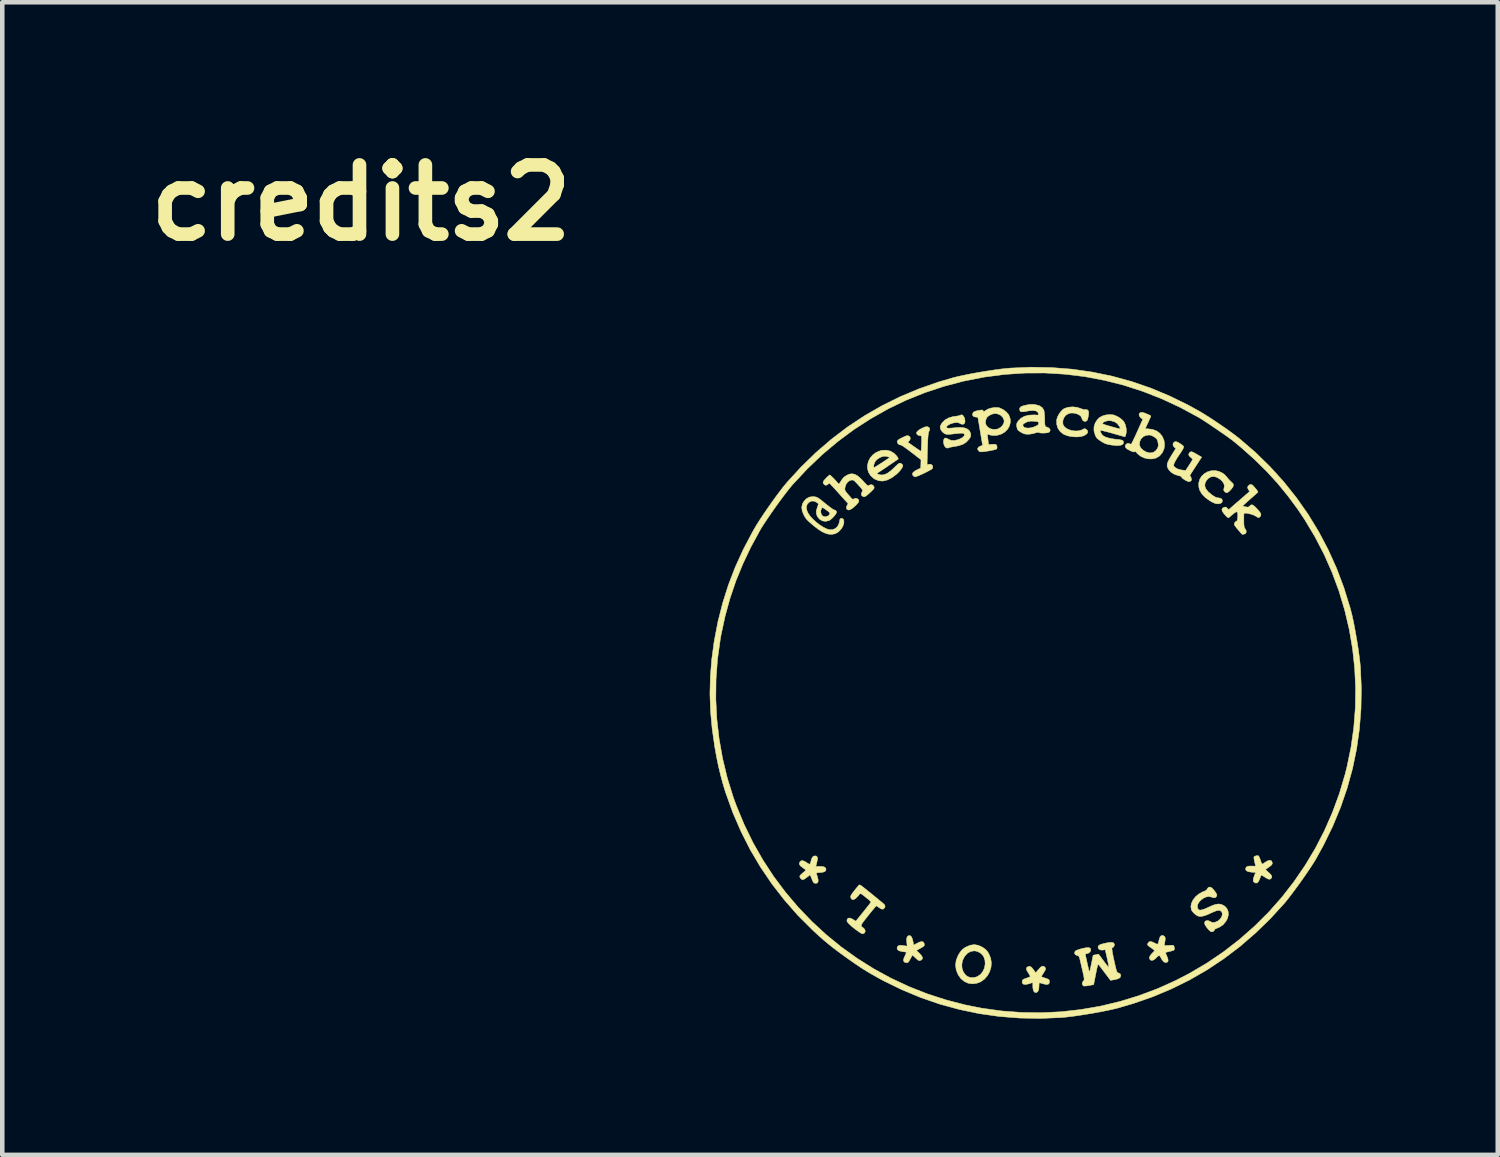
<source format=kicad_pcb>
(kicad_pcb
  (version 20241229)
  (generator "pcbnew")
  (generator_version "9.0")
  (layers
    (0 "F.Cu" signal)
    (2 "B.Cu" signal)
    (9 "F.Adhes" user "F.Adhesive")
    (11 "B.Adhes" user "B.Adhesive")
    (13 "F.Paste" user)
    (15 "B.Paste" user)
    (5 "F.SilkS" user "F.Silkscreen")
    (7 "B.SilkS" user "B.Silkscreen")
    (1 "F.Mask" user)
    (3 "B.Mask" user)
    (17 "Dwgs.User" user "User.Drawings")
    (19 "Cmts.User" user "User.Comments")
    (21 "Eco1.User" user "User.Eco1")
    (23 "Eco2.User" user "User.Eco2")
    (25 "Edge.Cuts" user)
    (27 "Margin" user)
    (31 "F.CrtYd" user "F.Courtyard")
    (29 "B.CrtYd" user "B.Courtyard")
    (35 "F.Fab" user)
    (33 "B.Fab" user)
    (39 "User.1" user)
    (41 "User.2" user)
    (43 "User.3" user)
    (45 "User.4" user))
  (footprint "credits2"
    (layer "F.Cu")
    (at 19.765 12.213)
    (property "Reference" "credits2" (at -14.859 -10.795 0) (layer "F.SilkS") (effects (font (size 1.524 1.524) (thickness 0.3))))
    (attr through_hole)
    (fp_poly (pts (xy -1.649 6.293) (xy -1.709 6.207) (xy -1.75 6.104) (xy -1.764 5.998) (xy -1.75 5.892) (xy -1.708 5.786) (xy -1.675 5.731) (xy -1.638 5.68) (xy -1.601 5.644) (xy -1.555 5.612) (xy -1.534 5.6) (xy -1.44 5.56) (xy -1.349 5.547) (xy -1.259 5.563) (xy -1.167 5.607) (xy -1.151 5.618) (xy -1.101 5.655) (xy -1.064 5.695) (xy -1.03 5.75) (xy -1.029 5.752) (xy -0.99 5.847) (xy -0.975 5.947) (xy -0.983 6.047) (xy -1.013 6.144) (xy -1.051 6.214) (xy -1.163 6.139) (xy -1.128 6.062) (xy -1.112 5.979) (xy -1.116 5.896) (xy -1.141 5.819) (xy -1.169 5.776) (xy -1.218 5.731) (xy -1.279 5.699) (xy -1.34 5.685) (xy -1.352 5.684) (xy -1.431 5.698) (xy -1.499 5.735) (xy -1.558 5.799) (xy -1.568 5.813) (xy -1.609 5.895) (xy -1.626 5.982) (xy -1.621 6.067) (xy -1.594 6.145) (xy -1.547 6.212) (xy -1.504 6.247) (xy -1.447 6.27) (xy -1.379 6.275) (xy -1.31 6.261) (xy -1.284 6.251) (xy -1.215 6.204) (xy -1.163 6.139) (xy -1.051 6.214) (xy -1.061 6.231) (xy -1.126 6.306) (xy -1.207 6.364) (xy -1.293 6.398) (xy -1.393 6.411) (xy -1.488 6.397) (xy -1.574 6.357) (xy -1.649 6.293)) (stroke (width 0.01) (type solid)) (fill yes) (layer "F.SilkS"))
    (fp_poly (pts (xy 3.732 -4.308) (xy 3.66 -4.384) (xy 3.614 -4.465) (xy 3.596 -4.531) (xy 3.593 -4.62) (xy 3.614 -4.7) (xy 3.655 -4.77) (xy 3.713 -4.826) (xy 3.783 -4.867) (xy 3.862 -4.891) (xy 3.946 -4.897) (xy 4.032 -4.881) (xy 4.115 -4.842) (xy 4.14 -4.825) (xy 4.175 -4.794) (xy 4.214 -4.752) (xy 4.228 -4.734) (xy 4.264 -4.692) (xy 4.302 -4.654) (xy 4.316 -4.642) (xy 4.35 -4.608) (xy 4.359 -4.573) (xy 4.345 -4.533) (xy 4.307 -4.483) (xy 4.263 -4.438) (xy 4.231 -4.413) (xy 4.204 -4.408) (xy 4.179 -4.419) (xy 4.169 -4.428) (xy 4.147 -4.453) (xy 4.144 -4.482) (xy 4.15 -4.506) (xy 4.159 -4.564) (xy 4.143 -4.617) (xy 4.103 -4.67) (xy 4.068 -4.701) (xy 3.996 -4.747) (xy 3.926 -4.766) (xy 3.861 -4.757) (xy 3.802 -4.722) (xy 3.762 -4.676) (xy 3.732 -4.615) (xy 3.728 -4.553) (xy 3.752 -4.491) (xy 3.804 -4.427) (xy 3.883 -4.361) (xy 3.884 -4.36) (xy 3.935 -4.326) (xy 3.975 -4.306) (xy 4.012 -4.296) (xy 4.03 -4.295) (xy 4.081 -4.284) (xy 4.108 -4.26) (xy 4.114 -4.221) (xy 4.113 -4.218) (xy 4.101 -4.19) (xy 4.071 -4.172) (xy 4.018 -4.162) (xy 3.958 -4.171) (xy 3.887 -4.202) (xy 3.832 -4.235) (xy 3.732 -4.308)) (stroke (width 0.01) (type solid)) (fill yes) (layer "F.SilkS"))
    (fp_poly (pts (xy -2.91 5.907) (xy -2.908 5.864) (xy -2.898 5.839) (xy -2.872 5.78) (xy -2.856 5.742) (xy -2.849 5.722) (xy -2.85 5.715) (xy -2.866 5.711) (xy -2.901 5.706) (xy -2.935 5.701) (xy -3.001 5.686) (xy -3.04 5.662) (xy -3.053 5.629) (xy -3.049 5.606) (xy -3.032 5.578) (xy -3.004 5.564) (xy -2.959 5.563) (xy -2.91 5.569) (xy -2.868 5.576) (xy -2.839 5.578) (xy -2.832 5.577) (xy -2.832 5.562) (xy -2.835 5.527) (xy -2.84 5.488) (xy -2.842 5.419) (xy -2.829 5.373) (xy -2.801 5.35) (xy -2.793 5.348) (xy -2.759 5.352) (xy -2.732 5.379) (xy -2.712 5.432) (xy -2.704 5.466) (xy -2.685 5.558) (xy -2.625 5.524) (xy -2.558 5.491) (xy -2.509 5.48) (xy -2.476 5.489) (xy -2.456 5.52) (xy -2.453 5.532) (xy -2.451 5.554) (xy -2.456 5.572) (xy -2.474 5.589) (xy -2.51 5.611) (xy -2.544 5.631) (xy -2.625 5.676) (xy -2.562 5.736) (xy -2.514 5.789) (xy -2.492 5.831) (xy -2.495 5.863) (xy -2.523 5.888) (xy -2.542 5.896) (xy -2.561 5.9) (xy -2.579 5.896) (xy -2.604 5.878) (xy -2.642 5.844) (xy -2.644 5.842) (xy -2.715 5.777) (xy -2.761 5.862) (xy -2.786 5.907) (xy -2.804 5.932) (xy -2.82 5.943) (xy -2.841 5.946) (xy -2.848 5.946) (xy -2.889 5.935) (xy -2.91 5.907)) (stroke (width 0.01) (type solid)) (fill yes) (layer "F.SilkS"))
    (fp_poly (pts (xy 0.542 -5.755) (xy 0.491 -5.827) (xy 0.465 -5.913) (xy 0.463 -6.008) (xy 0.464 -6.016) (xy 0.481 -6.075) (xy 0.514 -6.139) (xy 0.558 -6.199) (xy 0.604 -6.246) (xy 0.633 -6.264) (xy 0.716 -6.291) (xy 0.811 -6.3) (xy 0.907 -6.291) (xy 0.995 -6.263) (xy 1.004 -6.259) (xy 1.046 -6.244) (xy 1.084 -6.24) (xy 1.09 -6.241) (xy 1.133 -6.239) (xy 1.16 -6.215) (xy 1.168 -6.188) (xy 1.167 -6.146) (xy 1.161 -6.095) (xy 1.151 -6.046) (xy 1.14 -6.01) (xy 1.135 -6.002) (xy 1.106 -5.98) (xy 1.072 -5.98) (xy 1.041 -5.999) (xy 1.022 -6.034) (xy 1.019 -6.046) (xy 1.002 -6.087) (xy 0.962 -6.121) (xy 0.908 -6.147) (xy 0.845 -6.162) (xy 0.781 -6.164) (xy 0.726 -6.152) (xy 0.667 -6.116) (xy 0.623 -6.061) (xy 0.6 -5.994) (xy 0.601 -5.923) (xy 0.601 -5.919) (xy 0.625 -5.871) (xy 0.67 -5.83) (xy 0.731 -5.798) (xy 0.802 -5.777) (xy 0.877 -5.768) (xy 0.95 -5.772) (xy 1.016 -5.792) (xy 1.036 -5.802) (xy 1.071 -5.819) (xy 1.098 -5.815) (xy 1.113 -5.806) (xy 1.145 -5.773) (xy 1.149 -5.738) (xy 1.126 -5.704) (xy 1.076 -5.671) (xy 1.06 -5.663) (xy 0.99 -5.644) (xy 0.905 -5.637) (xy 0.812 -5.642) (xy 0.721 -5.658) (xy 0.642 -5.685) (xy 0.615 -5.698) (xy 0.542 -5.755)) (stroke (width 0.01) (type solid)) (fill yes) (layer "F.SilkS"))
    (fp_poly (pts (xy 4.797 4.156) (xy 4.792 4.126) (xy 4.795 4.106) (xy 4.808 4.058) (xy 4.825 4.009) (xy 4.826 4.007) (xy 4.847 3.958) (xy 4.762 3.952) (xy 4.691 3.941) (xy 4.645 3.921) (xy 4.625 3.892) (xy 4.632 3.855) (xy 4.641 3.841) (xy 4.661 3.825) (xy 4.697 3.817) (xy 4.753 3.816) (xy 4.847 3.818) (xy 4.824 3.723) (xy 4.814 3.674) (xy 4.809 3.635) (xy 4.809 3.616) (xy 4.809 3.616) (xy 4.833 3.598) (xy 4.868 3.588) (xy 4.9 3.587) (xy 4.909 3.591) (xy 4.923 3.611) (xy 4.94 3.649) (xy 4.954 3.69) (xy 4.969 3.734) (xy 4.984 3.763) (xy 4.994 3.772) (xy 5.013 3.763) (xy 5.046 3.741) (xy 5.067 3.727) (xy 5.122 3.696) (xy 5.166 3.688) (xy 5.197 3.703) (xy 5.212 3.737) (xy 5.214 3.763) (xy 5.204 3.785) (xy 5.179 3.81) (xy 5.134 3.843) (xy 5.133 3.844) (xy 5.097 3.869) (xy 5.073 3.887) (xy 5.066 3.892) (xy 5.074 3.903) (xy 5.098 3.926) (xy 5.125 3.95) (xy 5.172 3.994) (xy 5.198 4.028) (xy 5.205 4.055) (xy 5.195 4.079) (xy 5.173 4.102) (xy 5.145 4.108) (xy 5.107 4.095) (xy 5.054 4.064) (xy 5.05 4.061) (xy 5.007 4.033) (xy 4.982 4.02) (xy 4.969 4.02) (xy 4.962 4.031) (xy 4.962 4.031) (xy 4.934 4.109) (xy 4.907 4.161) (xy 4.878 4.188) (xy 4.847 4.191) (xy 4.82 4.178) (xy 4.797 4.156)) (stroke (width 0.01) (type solid)) (fill yes) (layer "F.SilkS"))
    (fp_poly (pts (xy -0.049 6.561) (xy -0.06 6.504) (xy -0.062 6.472) (xy -0.062 6.426) (xy -0.063 6.395) (xy -0.065 6.384) (xy -0.078 6.387) (xy -0.111 6.398) (xy -0.151 6.411) (xy -0.214 6.425) (xy -0.261 6.422) (xy -0.29 6.402) (xy -0.297 6.366) (xy -0.297 6.365) (xy -0.292 6.338) (xy -0.281 6.321) (xy -0.257 6.306) (xy -0.213 6.29) (xy -0.202 6.286) (xy -0.159 6.271) (xy -0.128 6.257) (xy -0.119 6.251) (xy -0.123 6.235) (xy -0.14 6.204) (xy -0.163 6.168) (xy -0.195 6.114) (xy -0.204 6.074) (xy -0.191 6.046) (xy -0.162 6.03) (xy -0.132 6.025) (xy -0.104 6.036) (xy -0.073 6.067) (xy -0.041 6.108) (xy 0.002 6.169) (xy 0.064 6.094) (xy 0.103 6.051) (xy 0.131 6.028) (xy 0.153 6.022) (xy 0.156 6.022) (xy 0.189 6.029) (xy 0.208 6.049) (xy 0.216 6.064) (xy 0.22 6.083) (xy 0.212 6.108) (xy 0.19 6.146) (xy 0.173 6.172) (xy 0.144 6.218) (xy 0.131 6.246) (xy 0.133 6.258) (xy 0.135 6.259) (xy 0.158 6.266) (xy 0.198 6.28) (xy 0.227 6.29) (xy 0.269 6.306) (xy 0.292 6.319) (xy 0.301 6.335) (xy 0.304 6.358) (xy 0.299 6.399) (xy 0.275 6.422) (xy 0.231 6.425) (xy 0.172 6.412) (xy 0.128 6.399) (xy 0.095 6.39) (xy 0.082 6.388) (xy 0.078 6.402) (xy 0.075 6.436) (xy 0.075 6.467) (xy 0.068 6.535) (xy 0.049 6.581) (xy 0.018 6.603) (xy 0.009 6.604) (xy -0.025 6.595) (xy -0.049 6.561)) (stroke (width 0.01) (type solid)) (fill yes) (layer "F.SilkS"))
    (fp_poly (pts (xy -5.185 4.079) (xy -5.195 4.055) (xy -5.195 4.041) (xy -5.19 4.027) (xy -5.175 4.009) (xy -5.147 3.983) (xy -5.104 3.945) (xy -5.074 3.921) (xy -5.066 3.909) (xy -5.072 3.896) (xy -5.097 3.876) (xy -5.121 3.859) (xy -5.173 3.82) (xy -5.201 3.786) (xy -5.206 3.755) (xy -5.193 3.725) (xy -5.168 3.701) (xy -5.136 3.696) (xy -5.092 3.711) (xy -5.043 3.741) (xy -5.007 3.764) (xy -4.98 3.775) (xy -4.971 3.775) (xy -4.964 3.756) (xy -4.953 3.72) (xy -4.948 3.703) (xy -4.931 3.647) (xy -4.911 3.614) (xy -4.886 3.597) (xy -4.873 3.593) (xy -4.834 3.595) (xy -4.809 3.62) (xy -4.806 3.627) (xy -4.805 3.65) (xy -4.81 3.691) (xy -4.82 3.736) (xy -4.842 3.825) (xy -4.757 3.823) (xy -4.688 3.827) (xy -4.643 3.842) (xy -4.621 3.87) (xy -4.618 3.878) (xy -4.622 3.916) (xy -4.652 3.942) (xy -4.706 3.956) (xy -4.737 3.958) (xy -4.783 3.961) (xy -4.816 3.965) (xy -4.828 3.969) (xy -4.827 3.985) (xy -4.817 4.02) (xy -4.805 4.06) (xy -4.79 4.122) (xy -4.794 4.167) (xy -4.814 4.192) (xy -4.846 4.197) (xy -4.872 4.193) (xy -4.89 4.182) (xy -4.905 4.159) (xy -4.924 4.117) (xy -4.931 4.098) (xy -4.951 4.048) (xy -4.964 4.021) (xy -4.974 4.012) (xy -4.981 4.017) (xy -4.983 4.02) (xy -4.998 4.034) (xy -5.029 4.057) (xy -5.059 4.079) (xy -5.098 4.106) (xy -5.124 4.117) (xy -5.145 4.114) (xy -5.159 4.106) (xy -5.185 4.079)) (stroke (width 0.01) (type solid)) (fill yes) (layer "F.SilkS"))
    (fp_poly (pts (xy 2.507 5.856) (xy 2.51 5.818) (xy 2.536 5.773) (xy 2.553 5.752) (xy 2.584 5.721) (xy 2.608 5.696) (xy 2.614 5.69) (xy 2.616 5.679) (xy 2.601 5.66) (xy 2.565 5.632) (xy 2.541 5.615) (xy 2.497 5.584) (xy 2.473 5.563) (xy 2.464 5.548) (xy 2.466 5.533) (xy 2.473 5.519) (xy 2.495 5.489) (xy 2.524 5.478) (xy 2.564 5.486) (xy 2.615 5.509) (xy 2.654 5.529) (xy 2.678 5.537) (xy 2.694 5.53) (xy 2.705 5.504) (xy 2.717 5.455) (xy 2.722 5.432) (xy 2.741 5.377) (xy 2.766 5.349) (xy 2.8 5.346) (xy 2.824 5.355) (xy 2.85 5.381) (xy 2.856 5.411) (xy 2.853 5.451) (xy 2.845 5.499) (xy 2.844 5.506) (xy 2.838 5.542) (xy 2.838 5.564) (xy 2.839 5.567) (xy 2.855 5.568) (xy 2.891 5.567) (xy 2.936 5.564) (xy 2.984 5.561) (xy 3.021 5.561) (xy 3.037 5.564) (xy 3.049 5.584) (xy 3.056 5.618) (xy 3.057 5.651) (xy 3.053 5.664) (xy 3.036 5.674) (xy 2.998 5.686) (xy 2.95 5.698) (xy 2.9 5.709) (xy 2.873 5.718) (xy 2.864 5.728) (xy 2.867 5.742) (xy 2.868 5.746) (xy 2.899 5.817) (xy 2.916 5.869) (xy 2.919 5.904) (xy 2.91 5.926) (xy 2.892 5.939) (xy 2.853 5.942) (xy 2.814 5.918) (xy 2.778 5.871) (xy 2.766 5.848) (xy 2.744 5.807) (xy 2.725 5.79) (xy 2.703 5.795) (xy 2.671 5.823) (xy 2.652 5.843) (xy 2.605 5.883) (xy 2.562 5.896) (xy 2.529 5.886) (xy 2.507 5.856)) (stroke (width 0.01) (type solid)) (fill yes) (layer "F.SilkS"))
    (fp_poly (pts (xy -3.639 -4.789) (xy -3.683 -4.862) (xy -3.704 -4.94) (xy -3.703 -5.021) (xy -3.683 -5.101) (xy -3.644 -5.176) (xy -3.587 -5.242) (xy -3.514 -5.295) (xy -3.426 -5.332) (xy -3.379 -5.343) (xy -3.283 -5.346) (xy -3.194 -5.323) (xy -3.115 -5.274) (xy -3.061 -5.218) (xy -3.038 -5.184) (xy -3.026 -5.16) (xy -3.026 -5.153) (xy -3.039 -5.143) (xy -3.071 -5.12) (xy -3.098 -5.102) (xy -3.214 -5.184) (xy -3.25 -5.199) (xy -3.292 -5.21) (xy -3.329 -5.214) (xy -3.382 -5.204) (xy -3.441 -5.177) (xy -3.494 -5.141) (xy -3.528 -5.106) (xy -3.548 -5.069) (xy -3.562 -5.028) (xy -3.569 -4.99) (xy -3.566 -4.966) (xy -3.564 -4.963) (xy -3.55 -4.968) (xy -3.517 -4.986) (xy -3.469 -5.016) (xy -3.411 -5.053) (xy -3.384 -5.07) (xy -3.214 -5.184) (xy -3.098 -5.102) (xy -3.118 -5.088) (xy -3.175 -5.049) (xy -3.239 -5.006) (xy -3.304 -4.961) (xy -3.367 -4.919) (xy -3.423 -4.882) (xy -3.469 -4.852) (xy -3.481 -4.844) (xy -3.495 -4.832) (xy -3.487 -4.822) (xy -3.467 -4.814) (xy -3.402 -4.799) (xy -3.337 -4.806) (xy -3.267 -4.836) (xy -3.191 -4.891) (xy -3.116 -4.96) (xy -3.073 -5.002) (xy -3.035 -5.035) (xy -3.008 -5.056) (xy -3.001 -5.06) (xy -2.97 -5.056) (xy -2.94 -5.035) (xy -2.925 -5.007) (xy -2.932 -4.977) (xy -2.956 -4.936) (xy -2.993 -4.888) (xy -3.039 -4.839) (xy -3.071 -4.811) (xy -3.174 -4.735) (xy -3.272 -4.687) (xy -3.364 -4.665) (xy -3.451 -4.671) (xy -3.535 -4.703) (xy -3.573 -4.727) (xy -3.639 -4.789)) (stroke (width 0.01) (type solid)) (fill yes) (layer "F.SilkS"))
    (fp_poly (pts (xy 2.934 -4.914) (xy 2.909 -4.957) (xy 2.897 -4.997) (xy 2.899 -5.04) (xy 2.915 -5.089) (xy 2.946 -5.151) (xy 2.991 -5.227) (xy 3.027 -5.285) (xy 3.057 -5.333) (xy 3.078 -5.367) (xy 3.087 -5.382) (xy 3.087 -5.382) (xy 3.079 -5.392) (xy 3.065 -5.402) (xy 3.032 -5.438) (xy 3.025 -5.478) (xy 3.038 -5.509) (xy 3.063 -5.531) (xy 3.095 -5.534) (xy 3.138 -5.518) (xy 3.196 -5.482) (xy 3.204 -5.476) (xy 3.242 -5.449) (xy 3.26 -5.43) (xy 3.262 -5.413) (xy 3.254 -5.39) (xy 3.253 -5.388) (xy 3.236 -5.356) (xy 3.208 -5.31) (xy 3.175 -5.261) (xy 3.173 -5.258) (xy 3.12 -5.179) (xy 3.079 -5.11) (xy 3.052 -5.054) (xy 3.041 -5.016) (xy 3.042 -5.002) (xy 3.07 -4.966) (xy 3.12 -4.936) (xy 3.185 -4.915) (xy 3.219 -4.909) (xy 3.305 -4.898) (xy 3.381 -5.014) (xy 3.414 -5.065) (xy 3.44 -5.107) (xy 3.456 -5.135) (xy 3.459 -5.143) (xy 3.449 -5.158) (xy 3.424 -5.181) (xy 3.416 -5.187) (xy 3.38 -5.222) (xy 3.372 -5.258) (xy 3.39 -5.291) (xy 3.395 -5.295) (xy 3.413 -5.308) (xy 3.431 -5.312) (xy 3.456 -5.306) (xy 3.492 -5.288) (xy 3.546 -5.258) (xy 3.56 -5.25) (xy 3.658 -5.192) (xy 3.528 -4.992) (xy 3.398 -4.792) (xy 3.422 -4.749) (xy 3.435 -4.706) (xy 3.426 -4.672) (xy 3.397 -4.654) (xy 3.378 -4.652) (xy 3.349 -4.659) (xy 3.312 -4.676) (xy 3.272 -4.699) (xy 3.238 -4.724) (xy 3.217 -4.745) (xy 3.213 -4.758) (xy 3.206 -4.767) (xy 3.178 -4.777) (xy 3.157 -4.782) (xy 3.059 -4.813) (xy 2.983 -4.86) (xy 2.934 -4.914)) (stroke (width 0.01) (type solid)) (fill yes) (layer "F.SilkS"))
    (fp_poly (pts (xy -2.007 -5.439) (xy -2.023 -5.481) (xy -2.03 -5.526) (xy -2.027 -5.568) (xy -2.014 -5.599) (xy -1.99 -5.614) (xy -1.982 -5.614) (xy -1.957 -5.606) (xy -1.922 -5.588) (xy -1.917 -5.584) (xy -1.853 -5.56) (xy -1.776 -5.561) (xy -1.695 -5.582) (xy -1.636 -5.609) (xy -1.593 -5.639) (xy -1.57 -5.669) (xy -1.57 -5.696) (xy -1.571 -5.698) (xy -1.584 -5.711) (xy -1.604 -5.718) (xy -1.638 -5.72) (xy -1.688 -5.717) (xy -1.76 -5.709) (xy -1.79 -5.706) (xy -1.853 -5.699) (xy -1.908 -5.694) (xy -1.947 -5.693) (xy -1.959 -5.693) (xy -2.009 -5.711) (xy -2.054 -5.748) (xy -2.088 -5.794) (xy -2.103 -5.844) (xy -2.103 -5.862) (xy -2.093 -5.892) (xy -2.071 -5.931) (xy -2.059 -5.949) (xy -1.999 -6.01) (xy -1.918 -6.056) (xy -1.822 -6.085) (xy -1.775 -6.091) (xy -1.723 -6.098) (xy -1.68 -6.108) (xy -1.655 -6.118) (xy -1.628 -6.126) (xy -1.6 -6.11) (xy -1.576 -6.074) (xy -1.56 -6.029) (xy -1.555 -5.972) (xy -1.569 -5.933) (xy -1.598 -5.915) (xy -1.639 -5.92) (xy -1.677 -5.94) (xy -1.713 -5.953) (xy -1.763 -5.953) (xy -1.82 -5.943) (xy -1.875 -5.925) (xy -1.922 -5.901) (xy -1.954 -5.874) (xy -1.964 -5.851) (xy -1.957 -5.837) (xy -1.931 -5.83) (xy -1.884 -5.83) (xy -1.813 -5.836) (xy -1.766 -5.841) (xy -1.657 -5.848) (xy -1.568 -5.837) (xy -1.5 -5.81) (xy -1.454 -5.767) (xy -1.43 -5.708) (xy -1.429 -5.699) (xy -1.429 -5.664) (xy -1.44 -5.63) (xy -1.468 -5.586) (xy -1.469 -5.585) (xy -1.526 -5.523) (xy -1.598 -5.477) (xy -1.691 -5.445) (xy -1.781 -5.427) (xy -1.838 -5.418) (xy -1.883 -5.409) (xy -1.909 -5.402) (xy -1.914 -5.399) (xy -1.932 -5.392) (xy -1.953 -5.392) (xy -1.984 -5.407) (xy -2.007 -5.439)) (stroke (width 0.01) (type solid)) (fill yes) (layer "F.SilkS"))
    (fp_poly (pts (xy 1.993 -5.39) (xy 1.973 -5.422) (xy 1.978 -5.454) (xy 1.987 -5.469) (xy 2.018 -5.494) (xy 2.055 -5.495) (xy 2.071 -5.487) (xy 2.095 -5.477) (xy 2.104 -5.478) (xy 2.114 -5.492) (xy 2.133 -5.528) (xy 2.159 -5.582) (xy 2.192 -5.651) (xy 2.228 -5.729) (xy 2.239 -5.755) (xy 2.361 -6.026) (xy 2.323 -6.053) (xy 2.294 -6.084) (xy 2.279 -6.119) (xy 2.282 -6.15) (xy 2.283 -6.153) (xy 2.313 -6.176) (xy 2.357 -6.178) (xy 2.416 -6.159) (xy 2.421 -6.157) (xy 2.466 -6.137) (xy 2.503 -6.121) (xy 2.519 -6.115) (xy 2.535 -6.099) (xy 2.536 -6.088) (xy 2.528 -6.068) (xy 2.511 -6.029) (xy 2.488 -5.977) (xy 2.472 -5.943) (xy 2.414 -5.817) (xy 2.462 -5.817) (xy 2.568 -5.805) (xy 2.66 -5.772) (xy 2.736 -5.718) (xy 2.791 -5.649) (xy 2.829 -5.558) (xy 2.841 -5.466) (xy 2.829 -5.376) (xy 2.795 -5.298) (xy 2.681 -5.38) (xy 2.699 -5.422) (xy 2.704 -5.463) (xy 2.696 -5.513) (xy 2.685 -5.56) (xy 2.668 -5.592) (xy 2.64 -5.618) (xy 2.62 -5.633) (xy 2.553 -5.67) (xy 2.506 -5.68) (xy 2.433 -5.673) (xy 2.369 -5.642) (xy 2.32 -5.592) (xy 2.291 -5.527) (xy 2.289 -5.515) (xy 2.289 -5.452) (xy 2.315 -5.396) (xy 2.368 -5.345) (xy 2.375 -5.34) (xy 2.45 -5.3) (xy 2.521 -5.285) (xy 2.586 -5.294) (xy 2.642 -5.329) (xy 2.681 -5.38) (xy 2.795 -5.298) (xy 2.793 -5.293) (xy 2.734 -5.222) (xy 2.723 -5.213) (xy 2.652 -5.172) (xy 2.57 -5.153) (xy 2.483 -5.154) (xy 2.395 -5.174) (xy 2.314 -5.212) (xy 2.244 -5.267) (xy 2.226 -5.289) (xy 2.204 -5.313) (xy 2.19 -5.315) (xy 2.185 -5.31) (xy 2.166 -5.306) (xy 2.129 -5.315) (xy 2.107 -5.324) (xy 2.037 -5.358) (xy 1.993 -5.39)) (stroke (width 0.01) (type solid)) (fill yes) (layer "F.SilkS"))
    (fp_poly (pts (xy 1.36 -5.601) (xy 1.338 -5.627) (xy 1.32 -5.661) (xy 1.311 -5.682) (xy 1.285 -5.771) (xy 1.286 -5.86) (xy 1.313 -5.946) (xy 1.363 -6.022) (xy 1.404 -6.062) (xy 1.466 -6.097) (xy 1.544 -6.121) (xy 1.628 -6.13) (xy 1.707 -6.124) (xy 1.729 -6.118) (xy 1.796 -6.091) (xy 1.862 -6.051) (xy 1.918 -6.004) (xy 1.951 -5.963) (xy 1.979 -5.898) (xy 1.996 -5.822) (xy 1.999 -5.747) (xy 1.996 -5.732) (xy 1.864 -5.826) (xy 1.861 -5.84) (xy 1.849 -5.863) (xy 1.842 -5.875) (xy 1.796 -5.934) (xy 1.735 -5.973) (xy 1.653 -5.995) (xy 1.651 -5.995) (xy 1.599 -5.995) (xy 1.544 -5.983) (xy 1.498 -5.963) (xy 1.474 -5.942) (xy 1.473 -5.933) (xy 1.485 -5.923) (xy 1.514 -5.911) (xy 1.563 -5.895) (xy 1.635 -5.874) (xy 1.643 -5.872) (xy 1.729 -5.847) (xy 1.791 -5.83) (xy 1.832 -5.821) (xy 1.855 -5.82) (xy 1.864 -5.826) (xy 1.996 -5.732) (xy 1.992 -5.706) (xy 1.981 -5.668) (xy 1.972 -5.644) (xy 1.968 -5.641) (xy 1.953 -5.644) (xy 1.915 -5.654) (xy 1.858 -5.67) (xy 1.787 -5.69) (xy 1.706 -5.713) (xy 1.697 -5.716) (xy 1.615 -5.739) (xy 1.543 -5.758) (xy 1.484 -5.772) (xy 1.443 -5.781) (xy 1.425 -5.783) (xy 1.424 -5.782) (xy 1.424 -5.766) (xy 1.436 -5.734) (xy 1.444 -5.719) (xy 1.465 -5.685) (xy 1.488 -5.663) (xy 1.524 -5.643) (xy 1.546 -5.633) (xy 1.595 -5.617) (xy 1.661 -5.602) (xy 1.735 -5.59) (xy 1.76 -5.587) (xy 1.833 -5.58) (xy 1.882 -5.571) (xy 1.913 -5.562) (xy 1.929 -5.549) (xy 1.937 -5.53) (xy 1.937 -5.527) (xy 1.932 -5.489) (xy 1.902 -5.463) (xy 1.847 -5.449) (xy 1.768 -5.448) (xy 1.665 -5.46) (xy 1.653 -5.461) (xy 1.586 -5.474) (xy 1.535 -5.49) (xy 1.486 -5.514) (xy 1.441 -5.542) (xy 1.392 -5.575) (xy 1.36 -5.601)) (stroke (width 0.01) (type solid)) (fill yes) (layer "F.SilkS"))
    (fp_poly (pts (xy -2.704 -4.79) (xy -2.716 -4.821) (xy -2.7 -4.855) (xy -2.655 -4.89) (xy -2.607 -4.916) (xy -2.532 -4.952) (xy -2.528 -5.044) (xy -2.525 -5.135) (xy -2.737 -5.299) (xy -2.826 -5.366) (xy -2.894 -5.415) (xy -2.941 -5.446) (xy -2.967 -5.458) (xy -2.97 -5.459) (xy -3.004 -5.465) (xy -3.034 -5.49) (xy -3.049 -5.522) (xy -3.05 -5.534) (xy -3.043 -5.555) (xy -3.025 -5.573) (xy -2.991 -5.595) (xy -2.958 -5.612) (xy -2.909 -5.636) (xy -2.866 -5.655) (xy -2.839 -5.664) (xy -2.799 -5.662) (xy -2.771 -5.641) (xy -2.76 -5.609) (xy -2.769 -5.572) (xy -2.786 -5.55) (xy -2.817 -5.522) (xy -2.672 -5.419) (xy -2.617 -5.381) (xy -2.571 -5.35) (xy -2.539 -5.329) (xy -2.524 -5.322) (xy -2.524 -5.322) (xy -2.522 -5.338) (xy -2.519 -5.376) (xy -2.516 -5.431) (xy -2.514 -5.497) (xy -2.514 -5.497) (xy -2.512 -5.569) (xy -2.512 -5.617) (xy -2.515 -5.645) (xy -2.522 -5.659) (xy -2.533 -5.664) (xy -2.542 -5.663) (xy -2.578 -5.67) (xy -2.605 -5.686) (xy -2.624 -5.712) (xy -2.62 -5.74) (xy -2.616 -5.746) (xy -2.589 -5.776) (xy -2.541 -5.809) (xy -2.48 -5.84) (xy -2.432 -5.859) (xy -2.387 -5.864) (xy -2.351 -5.849) (xy -2.332 -5.817) (xy -2.332 -5.815) (xy -2.337 -5.786) (xy -2.35 -5.759) (xy -2.359 -5.734) (xy -2.367 -5.683) (xy -2.373 -5.607) (xy -2.378 -5.503) (xy -2.382 -5.382) (xy -2.385 -5.286) (xy -2.387 -5.2) (xy -2.389 -5.127) (xy -2.39 -5.072) (xy -2.391 -5.038) (xy -2.391 -5.029) (xy -2.379 -5.027) (xy -2.355 -5.034) (xy -2.315 -5.036) (xy -2.283 -5.019) (xy -2.266 -4.989) (xy -2.269 -4.954) (xy -2.277 -4.939) (xy -2.296 -4.923) (xy -2.335 -4.901) (xy -2.387 -4.873) (xy -2.447 -4.843) (xy -2.509 -4.814) (xy -2.568 -4.788) (xy -2.616 -4.769) (xy -2.65 -4.758) (xy -2.66 -4.757) (xy -2.684 -4.771) (xy -2.704 -4.79)) (stroke (width 0.01) (type solid)) (fill yes) (layer "F.SilkS"))
    (fp_poly (pts (xy 3.808 5.215) (xy 3.773 5.173) (xy 3.743 5.13) (xy 3.728 5.102) (xy 3.721 5.061) (xy 3.736 5.032) (xy 3.767 5.017) (xy 3.808 5.02) (xy 3.849 5.039) (xy 3.885 5.057) (xy 3.922 5.06) (xy 3.957 5.053) (xy 4.014 5.028) (xy 4.061 4.989) (xy 4.095 4.943) (xy 4.112 4.893) (xy 4.109 4.847) (xy 4.092 4.818) (xy 4.066 4.798) (xy 4.032 4.792) (xy 3.987 4.8) (xy 3.925 4.823) (xy 3.857 4.854) (xy 3.763 4.896) (xy 3.686 4.92) (xy 3.625 4.927) (xy 3.579 4.919) (xy 3.533 4.893) (xy 3.485 4.853) (xy 3.447 4.809) (xy 3.431 4.779) (xy 3.42 4.708) (xy 3.433 4.635) (xy 3.468 4.562) (xy 3.522 4.493) (xy 3.592 4.434) (xy 3.675 4.387) (xy 3.713 4.373) (xy 3.758 4.351) (xy 3.777 4.326) (xy 3.796 4.298) (xy 3.814 4.283) (xy 3.847 4.279) (xy 3.884 4.299) (xy 3.927 4.345) (xy 3.945 4.368) (xy 3.976 4.413) (xy 3.991 4.444) (xy 3.993 4.466) (xy 3.984 4.487) (xy 3.982 4.489) (xy 3.958 4.512) (xy 3.925 4.516) (xy 3.877 4.501) (xy 3.869 4.498) (xy 3.816 4.487) (xy 3.758 4.497) (xy 3.701 4.522) (xy 3.648 4.56) (xy 3.604 4.605) (xy 3.574 4.655) (xy 3.562 4.706) (xy 3.572 4.749) (xy 3.588 4.775) (xy 3.608 4.785) (xy 3.64 4.786) (xy 3.675 4.778) (xy 3.725 4.761) (xy 3.783 4.736) (xy 3.812 4.723) (xy 3.899 4.683) (xy 3.969 4.66) (xy 4.028 4.652) (xy 4.081 4.658) (xy 4.098 4.663) (xy 4.167 4.7) (xy 4.215 4.753) (xy 4.242 4.819) (xy 4.246 4.893) (xy 4.227 4.971) (xy 4.191 5.037) (xy 4.128 5.111) (xy 4.049 5.163) (xy 3.997 5.185) (xy 3.962 5.2) (xy 3.942 5.216) (xy 3.941 5.22) (xy 3.927 5.246) (xy 3.899 5.263) (xy 3.868 5.264) (xy 3.842 5.248) (xy 3.808 5.215)) (stroke (width 0.01) (type solid)) (fill yes) (layer "F.SilkS"))
    (fp_poly (pts (xy -1.272 -5.352) (xy -1.276 -5.386) (xy -1.254 -5.416) (xy -1.211 -5.438) (xy -1.168 -5.45) (xy -1.272 -6.07) (xy -1.324 -6.075) (xy -1.369 -6.089) (xy -1.39 -6.116) (xy -1.386 -6.154) (xy -1.379 -6.168) (xy -1.362 -6.188) (xy -1.33 -6.203) (xy -1.279 -6.217) (xy -1.261 -6.22) (xy -1.209 -6.229) (xy -1.177 -6.231) (xy -1.161 -6.224) (xy -1.155 -6.212) (xy -1.147 -6.197) (xy -1.133 -6.199) (xy -1.104 -6.218) (xy -1.097 -6.224) (xy -1.042 -6.254) (xy -0.972 -6.275) (xy -0.896 -6.286) (xy -0.826 -6.284) (xy -0.792 -6.276) (xy -0.715 -6.24) (xy -0.647 -6.189) (xy -0.597 -6.131) (xy -0.591 -6.122) (xy -0.561 -6.043) (xy -0.556 -5.962) (xy -0.574 -5.884) (xy -0.612 -5.816) (xy -0.725 -5.897) (xy -0.699 -5.947) (xy -0.693 -5.996) (xy -0.694 -6) (xy -0.72 -6.065) (xy -0.768 -6.114) (xy -0.834 -6.144) (xy -0.885 -6.153) (xy -0.934 -6.147) (xy -0.991 -6.127) (xy -1.041 -6.097) (xy -1.073 -6.067) (xy -1.088 -6.036) (xy -1.102 -5.995) (xy -1.103 -5.989) (xy -1.103 -5.932) (xy -1.081 -5.882) (xy -1.039 -5.842) (xy -0.985 -5.814) (xy -0.921 -5.802) (xy -0.854 -5.808) (xy -0.817 -5.82) (xy -0.766 -5.852) (xy -0.725 -5.897) (xy -0.612 -5.816) (xy -0.614 -5.812) (xy -0.672 -5.751) (xy -0.748 -5.703) (xy -0.838 -5.675) (xy -0.838 -5.674) (xy -0.896 -5.669) (xy -0.955 -5.671) (xy -1.007 -5.68) (xy -1.037 -5.692) (xy -1.05 -5.699) (xy -1.057 -5.693) (xy -1.059 -5.67) (xy -1.056 -5.627) (xy -1.049 -5.574) (xy -1.036 -5.468) (xy -0.962 -5.475) (xy -0.916 -5.476) (xy -0.882 -5.473) (xy -0.871 -5.469) (xy -0.855 -5.445) (xy -0.849 -5.409) (xy -0.854 -5.378) (xy -0.857 -5.373) (xy -0.874 -5.365) (xy -0.913 -5.354) (xy -0.969 -5.341) (xy -1.036 -5.328) (xy -1.04 -5.328) (xy -1.12 -5.315) (xy -1.177 -5.309) (xy -1.215 -5.309) (xy -1.239 -5.316) (xy -1.242 -5.318) (xy -1.272 -5.352)) (stroke (width 0.01) (type solid)) (fill yes) (layer "F.SilkS"))
    (fp_poly (pts (xy -0.392 -5.792) (xy -0.405 -5.816) (xy -0.413 -5.852) (xy -0.414 -5.86) (xy -0.419 -5.907) (xy -0.412 -5.941) (xy -0.39 -5.979) (xy -0.385 -5.985) (xy -0.325 -6.048) (xy -0.246 -6.092) (xy -0.149 -6.117) (xy -0.031 -6.123) (xy 0.033 -6.119) (xy 0.056 -6.121) (xy 0.061 -6.139) (xy 0.061 -6.146) (xy 0.046 -6.186) (xy 0.007 -6.21) (xy -0.056 -6.219) (xy -0.141 -6.213) (xy -0.207 -6.202) (xy -0.271 -6.191) (xy -0.313 -6.191) (xy -0.338 -6.202) (xy -0.35 -6.227) (xy -0.352 -6.237) (xy -0.35 -6.274) (xy -0.326 -6.301) (xy -0.278 -6.322) (xy -0.248 -6.33) (xy -0.172 -6.346) (xy -0.113 -6.354) (xy -0.062 -6.355) (xy -0.01 -6.349) (xy 0.003 -6.347) (xy 0.085 -6.324) (xy 0.145 -6.284) (xy 0.18 -6.231) (xy 0.188 -6.198) (xy 0.194 -6.145) (xy 0.199 -6.08) (xy 0.2 -6.028) (xy 0.201 -5.95) (xy 0.206 -5.899) (xy 0.214 -5.871) (xy 0.222 -5.864) (xy 0.25 -5.854) (xy 0.284 -5.838) (xy 0.314 -5.811) (xy 0.321 -5.778) (xy 0.305 -5.749) (xy 0.299 -5.744) (xy 0.062 -5.913) (xy 0.066 -5.932) (xy 0.066 -5.936) (xy 0.064 -5.956) (xy 0.056 -5.968) (xy 0.036 -5.974) (xy -0.004 -5.98) (xy -0.006 -5.981) (xy -0.104 -5.986) (xy -0.187 -5.969) (xy -0.229 -5.949) (xy -0.263 -5.928) (xy -0.278 -5.912) (xy -0.28 -5.893) (xy -0.279 -5.886) (xy -0.261 -5.856) (xy -0.223 -5.838) (xy -0.169 -5.832) (xy -0.107 -5.838) (xy -0.04 -5.856) (xy 0.005 -5.875) (xy 0.043 -5.896) (xy 0.062 -5.913) (xy 0.299 -5.744) (xy 0.289 -5.738) (xy 0.26 -5.73) (xy 0.218 -5.724) (xy 0.17 -5.722) (xy 0.124 -5.723) (xy 0.088 -5.727) (xy 0.07 -5.734) (xy 0.069 -5.736) (xy 0.058 -5.74) (xy 0.028 -5.735) (xy -0.006 -5.725) (xy -0.067 -5.708) (xy -0.135 -5.698) (xy -0.167 -5.697) (xy -0.222 -5.699) (xy -0.267 -5.711) (xy -0.316 -5.737) (xy -0.327 -5.743) (xy -0.368 -5.77) (xy -0.392 -5.792)) (stroke (width 0.01) (type solid)) (fill yes) (layer "F.SilkS"))
    (fp_poly (pts (xy -3.96 5.218) (xy -4.027 5.166) (xy -4.083 5.117) (xy -4.126 5.074) (xy -4.152 5.041) (xy -4.158 5.025) (xy -4.15 4.984) (xy -4.125 4.963) (xy -4.086 4.962) (xy -4.036 4.984) (xy -4.021 4.993) (xy -3.987 5.015) (xy -3.965 5.028) (xy -3.96 5.029) (xy -3.946 5.012) (xy -3.917 4.977) (xy -3.879 4.93) (xy -3.834 4.874) (xy -3.787 4.816) (xy -3.741 4.758) (xy -3.7 4.706) (xy -3.667 4.665) (xy -3.647 4.638) (xy -3.642 4.632) (xy -3.633 4.616) (xy -3.633 4.602) (xy -3.645 4.585) (xy -3.674 4.559) (xy -3.707 4.533) (xy -3.767 4.484) (xy -3.81 4.45) (xy -3.839 4.431) (xy -3.859 4.425) (xy -3.874 4.431) (xy -3.89 4.448) (xy -3.911 4.475) (xy -3.916 4.48) (xy -3.964 4.529) (xy -4.006 4.555) (xy -4.04 4.556) (xy -4.064 4.533) (xy -4.074 4.503) (xy -4.075 4.484) (xy -4.067 4.463) (xy -4.049 4.432) (xy -4.016 4.388) (xy -3.997 4.363) (xy -3.959 4.315) (xy -3.925 4.274) (xy -3.901 4.247) (xy -3.894 4.24) (xy -3.888 4.234) (xy -3.881 4.231) (xy -3.873 4.232) (xy -3.858 4.238) (xy -3.836 4.253) (xy -3.804 4.278) (xy -3.758 4.314) (xy -3.697 4.363) (xy -3.617 4.427) (xy -3.583 4.455) (xy -3.513 4.512) (xy -3.449 4.565) (xy -3.395 4.609) (xy -3.355 4.643) (xy -3.333 4.663) (xy -3.33 4.666) (xy -3.316 4.7) (xy -3.325 4.735) (xy -3.354 4.761) (xy -3.376 4.767) (xy -3.402 4.76) (xy -3.44 4.737) (xy -3.446 4.734) (xy -3.509 4.691) (xy -3.545 4.731) (xy -3.566 4.756) (xy -3.601 4.798) (xy -3.645 4.852) (xy -3.694 4.913) (xy -3.716 4.941) (xy -3.77 5.01) (xy -3.808 5.06) (xy -3.831 5.097) (xy -3.841 5.123) (xy -3.838 5.142) (xy -3.823 5.159) (xy -3.799 5.176) (xy -3.796 5.178) (xy -3.764 5.212) (xy -3.753 5.25) (xy -3.765 5.284) (xy -3.782 5.299) (xy -3.802 5.309) (xy -3.822 5.308) (xy -3.85 5.294) (xy -3.888 5.269) (xy -3.96 5.218)) (stroke (width 0.01) (type solid)) (fill yes) (layer "F.SilkS"))
    (fp_poly (pts (xy 4.467 -3.584) (xy 4.429 -3.63) (xy 4.398 -3.67) (xy 4.38 -3.698) (xy 4.377 -3.704) (xy 4.38 -3.738) (xy 4.401 -3.769) (xy 4.427 -3.783) (xy 4.44 -3.795) (xy 4.448 -3.828) (xy 4.452 -3.883) (xy 4.453 -3.936) (xy 4.448 -3.971) (xy 4.436 -3.987) (xy 4.413 -3.983) (xy 4.378 -3.961) (xy 4.326 -3.919) (xy 4.275 -3.874) (xy 4.253 -3.858) (xy 4.235 -3.859) (xy 4.21 -3.88) (xy 4.206 -3.884) (xy 4.148 -3.947) (xy 4.114 -3.998) (xy 4.103 -4.038) (xy 4.117 -4.067) (xy 4.148 -4.086) (xy 4.18 -4.094) (xy 4.205 -4.083) (xy 4.221 -4.068) (xy 4.253 -4.034) (xy 4.425 -4.185) (xy 4.489 -4.24) (xy 4.55 -4.293) (xy 4.603 -4.339) (xy 4.642 -4.374) (xy 4.656 -4.385) (xy 4.714 -4.435) (xy 4.687 -4.479) (xy 4.67 -4.514) (xy 4.673 -4.54) (xy 4.684 -4.558) (xy 4.715 -4.586) (xy 4.739 -4.589) (xy 4.756 -4.587) (xy 4.769 -4.582) (xy 4.784 -4.57) (xy 4.806 -4.547) (xy 4.84 -4.508) (xy 4.847 -4.501) (xy 4.876 -4.464) (xy 4.895 -4.435) (xy 4.898 -4.421) (xy 4.885 -4.409) (xy 4.855 -4.381) (xy 4.811 -4.342) (xy 4.757 -4.294) (xy 4.726 -4.267) (xy 4.669 -4.218) (xy 4.622 -4.174) (xy 4.586 -4.141) (xy 4.566 -4.121) (xy 4.563 -4.117) (xy 4.576 -4.11) (xy 4.608 -4.101) (xy 4.627 -4.097) (xy 4.67 -4.091) (xy 4.697 -4.098) (xy 4.721 -4.12) (xy 4.744 -4.139) (xy 4.769 -4.143) (xy 4.799 -4.129) (xy 4.838 -4.095) (xy 4.89 -4.041) (xy 4.893 -4.038) (xy 4.936 -3.987) (xy 4.959 -3.949) (xy 4.964 -3.919) (xy 4.953 -3.892) (xy 4.942 -3.878) (xy 4.924 -3.862) (xy 4.906 -3.86) (xy 4.88 -3.872) (xy 4.856 -3.888) (xy 4.816 -3.91) (xy 4.766 -3.929) (xy 4.712 -3.944) (xy 4.661 -3.955) (xy 4.619 -3.958) (xy 4.594 -3.954) (xy 4.589 -3.947) (xy 4.588 -3.925) (xy 4.587 -3.881) (xy 4.587 -3.824) (xy 4.587 -3.786) (xy 4.588 -3.715) (xy 4.593 -3.667) (xy 4.602 -3.634) (xy 4.616 -3.613) (xy 4.639 -3.572) (xy 4.639 -3.542) (xy 4.629 -3.513) (xy 4.607 -3.5) (xy 4.591 -3.496) (xy 4.55 -3.49) (xy 4.467 -3.584)) (stroke (width 0.01) (type solid)) (fill yes) (layer "F.SilkS"))
    (fp_poly (pts (xy -4.883 -3.676) (xy -4.928 -3.714) (xy -4.987 -3.765) (xy -5.029 -3.805) (xy -5.059 -3.84) (xy -5.084 -3.877) (xy -5.105 -3.915) (xy -5.142 -4.005) (xy -5.153 -4.085) (xy -5.138 -4.159) (xy -5.108 -4.214) (xy -5.049 -4.277) (xy -4.982 -4.313) (xy -4.906 -4.323) (xy -4.878 -4.32) (xy -4.85 -4.316) (xy -4.826 -4.31) (xy -4.802 -4.299) (xy -4.774 -4.282) (xy -4.737 -4.254) (xy -4.687 -4.214) (xy -4.632 -4.169) (xy -4.572 -4.122) (xy -4.519 -4.081) (xy -4.477 -4.051) (xy -4.45 -4.034) (xy -4.442 -4.031) (xy -4.41 -4.022) (xy -4.388 -3.996) (xy -4.384 -3.981) (xy -4.393 -3.955) (xy -4.418 -3.917) (xy -4.453 -3.876) (xy -4.466 -3.863) (xy -4.547 -3.92) (xy -4.535 -3.941) (xy -4.534 -3.959) (xy -4.549 -3.979) (xy -4.581 -4.006) (xy -4.619 -4.033) (xy -4.663 -4.063) (xy -4.69 -4.079) (xy -4.704 -4.08) (xy -4.71 -4.071) (xy -4.71 -4.07) (xy -4.721 -4.041) (xy -4.727 -4.033) (xy -4.735 -4.001) (xy -4.729 -3.959) (xy -4.712 -3.918) (xy -4.69 -3.893) (xy -4.648 -3.879) (xy -4.601 -3.884) (xy -4.56 -3.906) (xy -4.547 -3.92) (xy -4.466 -3.863) (xy -4.493 -3.836) (xy -4.531 -3.806) (xy -4.552 -3.795) (xy -4.624 -3.778) (xy -4.693 -3.787) (xy -4.755 -3.821) (xy -4.804 -3.877) (xy -4.809 -3.884) (xy -4.831 -3.949) (xy -4.829 -4.021) (xy -4.806 -4.095) (xy -4.791 -4.136) (xy -4.787 -4.16) (xy -4.798 -4.177) (xy -4.822 -4.195) (xy -4.881 -4.223) (xy -4.939 -4.224) (xy -4.994 -4.196) (xy -5.035 -4.148) (xy -5.051 -4.09) (xy -5.04 -4.021) (xy -5.016 -3.964) (xy -4.973 -3.899) (xy -4.912 -3.831) (xy -4.839 -3.764) (xy -4.76 -3.702) (xy -4.68 -3.65) (xy -4.605 -3.613) (xy -4.541 -3.594) (xy -4.47 -3.596) (xy -4.408 -3.622) (xy -4.36 -3.67) (xy -4.329 -3.737) (xy -4.322 -3.775) (xy -4.314 -3.816) (xy -4.301 -3.837) (xy -4.289 -3.842) (xy -4.254 -3.841) (xy -4.232 -3.819) (xy -4.223 -3.782) (xy -4.226 -3.734) (xy -4.243 -3.679) (xy -4.273 -3.624) (xy -4.277 -3.617) (xy -4.341 -3.548) (xy -4.413 -3.505) (xy -4.494 -3.49) (xy -4.571 -3.497) (xy -4.639 -3.518) (xy -4.712 -3.553) (xy -4.791 -3.605) (xy -4.883 -3.676)) (stroke (width 0.01) (type solid)) (fill yes) (layer "F.SilkS"))
    (fp_poly (pts (xy -4.163 -4.053) (xy -4.171 -4.081) (xy -4.159 -4.117) (xy -4.155 -4.124) (xy -4.139 -4.154) (xy -4.133 -4.171) (xy -4.134 -4.173) (xy -4.145 -4.184) (xy -4.171 -4.213) (xy -4.211 -4.257) (xy -4.261 -4.312) (xy -4.319 -4.376) (xy -4.338 -4.398) (xy -4.397 -4.463) (xy -4.45 -4.521) (xy -4.493 -4.567) (xy -4.524 -4.6) (xy -4.54 -4.616) (xy -4.542 -4.617) (xy -4.556 -4.608) (xy -4.582 -4.589) (xy -4.583 -4.588) (xy -4.614 -4.572) (xy -4.641 -4.578) (xy -4.652 -4.585) (xy -4.677 -4.611) (xy -4.682 -4.639) (xy -4.666 -4.674) (xy -4.626 -4.72) (xy -4.614 -4.732) (xy -4.578 -4.767) (xy -4.55 -4.791) (xy -4.535 -4.801) (xy -4.522 -4.792) (xy -4.495 -4.768) (xy -4.459 -4.733) (xy -4.42 -4.692) (xy -4.383 -4.651) (xy -4.352 -4.615) (xy -4.347 -4.609) (xy -4.338 -4.602) (xy -4.326 -4.608) (xy -4.308 -4.633) (xy -4.287 -4.667) (xy -4.253 -4.718) (xy -4.218 -4.754) (xy -4.172 -4.786) (xy -4.107 -4.817) (xy -4.046 -4.826) (xy -3.985 -4.814) (xy -3.921 -4.779) (xy -3.851 -4.719) (xy -3.795 -4.66) (xy -3.756 -4.617) (xy -3.722 -4.583) (xy -3.7 -4.564) (xy -3.695 -4.561) (xy -3.676 -4.568) (xy -3.653 -4.579) (xy -3.613 -4.587) (xy -3.579 -4.57) (xy -3.561 -4.538) (xy -3.556 -4.519) (xy -3.561 -4.502) (xy -3.579 -4.479) (xy -3.613 -4.445) (xy -3.616 -4.442) (xy -3.675 -4.387) (xy -3.718 -4.35) (xy -3.75 -4.328) (xy -3.775 -4.32) (xy -3.796 -4.321) (xy -3.801 -4.323) (xy -3.833 -4.347) (xy -3.841 -4.384) (xy -3.825 -4.426) (xy -3.816 -4.444) (xy -3.813 -4.459) (xy -3.82 -4.478) (xy -3.839 -4.504) (xy -3.873 -4.543) (xy -3.903 -4.576) (xy -3.949 -4.626) (xy -3.981 -4.659) (xy -4.004 -4.678) (xy -4.023 -4.686) (xy -4.042 -4.689) (xy -4.043 -4.689) (xy -4.092 -4.678) (xy -4.139 -4.645) (xy -4.175 -4.595) (xy -4.192 -4.551) (xy -4.202 -4.508) (xy -4.202 -4.475) (xy -4.19 -4.444) (xy -4.163 -4.407) (xy -4.13 -4.369) (xy -4.094 -4.329) (xy -4.065 -4.295) (xy -4.048 -4.275) (xy -4.048 -4.275) (xy -4.025 -4.265) (xy -3.995 -4.276) (xy -3.958 -4.288) (xy -3.925 -4.275) (xy -3.923 -4.274) (xy -3.899 -4.25) (xy -3.892 -4.225) (xy -3.905 -4.194) (xy -3.938 -4.154) (xy -3.981 -4.112) (xy -4.042 -4.061) (xy -4.09 -4.033) (xy -4.127 -4.027) (xy -4.155 -4.043) (xy -4.163 -4.053)) (stroke (width 0.01) (type solid)) (fill yes) (layer "F.SilkS"))
    (fp_poly (pts (xy 1.029 6.426) (xy 1.027 6.387) (xy 1.049 6.351) (xy 1.05 6.35) (xy 1.058 6.342) (xy 1.065 6.333) (xy 1.068 6.322) (xy 1.069 6.303) (xy 1.066 6.276) (xy 1.059 6.236) (xy 1.047 6.18) (xy 1.03 6.105) (xy 1.008 6.009) (xy 0.983 5.903) (xy 0.97 5.85) (xy 0.959 5.817) (xy 0.947 5.8) (xy 0.928 5.791) (xy 0.914 5.787) (xy 0.873 5.768) (xy 0.857 5.738) (xy 0.867 5.699) (xy 0.871 5.692) (xy 0.893 5.677) (xy 0.935 5.66) (xy 0.989 5.643) (xy 1.049 5.628) (xy 1.105 5.617) (xy 1.152 5.612) (xy 1.168 5.612) (xy 1.201 5.625) (xy 1.215 5.651) (xy 1.212 5.683) (xy 1.193 5.714) (xy 1.159 5.738) (xy 1.138 5.744) (xy 1.093 5.755) (xy 1.136 5.953) (xy 1.152 6.024) (xy 1.166 6.083) (xy 1.177 6.126) (xy 1.185 6.148) (xy 1.187 6.15) (xy 1.192 6.136) (xy 1.201 6.1) (xy 1.213 6.047) (xy 1.227 5.981) (xy 1.23 5.965) (xy 1.267 5.781) (xy 1.327 5.769) (xy 1.387 5.757) (xy 1.491 5.898) (xy 1.532 5.953) (xy 1.568 5.999) (xy 1.594 6.032) (xy 1.608 6.047) (xy 1.609 6.047) (xy 1.611 6.038) (xy 1.607 6.005) (xy 1.598 5.954) (xy 1.585 5.889) (xy 1.578 5.857) (xy 1.533 5.659) (xy 1.484 5.667) (xy 1.435 5.666) (xy 1.397 5.649) (xy 1.377 5.62) (xy 1.375 5.601) (xy 1.383 5.577) (xy 1.402 5.558) (xy 1.437 5.542) (xy 1.492 5.526) (xy 1.562 5.51) (xy 1.636 5.498) (xy 1.687 5.498) (xy 1.719 5.51) (xy 1.735 5.536) (xy 1.736 5.541) (xy 1.732 5.573) (xy 1.714 5.602) (xy 1.69 5.616) (xy 1.685 5.617) (xy 1.681 5.63) (xy 1.684 5.669) (xy 1.694 5.734) (xy 1.712 5.824) (xy 1.726 5.889) (xy 1.747 5.983) (xy 1.763 6.052) (xy 1.776 6.102) (xy 1.787 6.134) (xy 1.797 6.155) (xy 1.808 6.165) (xy 1.822 6.171) (xy 1.827 6.172) (xy 1.864 6.192) (xy 1.877 6.224) (xy 1.865 6.264) (xy 1.862 6.269) (xy 1.835 6.291) (xy 1.787 6.309) (xy 1.746 6.318) (xy 1.651 6.335) (xy 1.519 6.16) (xy 1.473 6.099) (xy 1.433 6.046) (xy 1.401 6.006) (xy 1.382 5.982) (xy 1.378 5.977) (xy 1.372 5.988) (xy 1.362 6.023) (xy 1.349 6.076) (xy 1.335 6.144) (xy 1.324 6.2) (xy 1.279 6.428) (xy 1.175 6.449) (xy 1.123 6.457) (xy 1.079 6.46) (xy 1.053 6.457) (xy 1.052 6.456) (xy 1.029 6.426)) (stroke (width 0.01) (type solid)) (fill yes) (layer "F.SilkS"))
    (fp_poly (pts (xy -4.307 5.733) (xy -4.434 5.638) (xy -4.548 5.548) (xy -4.658 5.457) (xy -4.767 5.361) (xy -4.883 5.255) (xy -4.924 5.216) (xy -5.242 4.898) (xy -5.537 4.561) (xy -5.811 4.208) (xy -6.061 3.839) (xy -6.288 3.455) (xy -6.49 3.056) (xy -6.669 2.644) (xy -6.822 2.219) (xy -6.827 2.206) (xy -6.888 2.007) (xy -6.941 1.81) (xy -6.989 1.609) (xy -7.033 1.394) (xy -7.07 1.183) (xy -7.127 0.786) (xy -7.162 0.402) (xy -7.175 0.024) (xy -7.166 -0.351) (xy -7.136 -0.731) (xy -7.084 -1.119) (xy -7.079 -1.148) (xy -6.998 -1.571) (xy -6.894 -1.98) (xy -6.768 -2.378) (xy -6.618 -2.768) (xy -6.442 -3.155) (xy -6.239 -3.54) (xy -6.194 -3.619) (xy -6.138 -3.714) (xy -6.067 -3.825) (xy -5.986 -3.947) (xy -5.898 -4.075) (xy -5.807 -4.204) (xy -5.717 -4.329) (xy -5.63 -4.445) (xy -5.551 -4.547) (xy -5.483 -4.629) (xy -5.482 -4.631) (xy -5.168 -4.974) (xy -4.84 -5.293) (xy -4.497 -5.588) (xy -4.14 -5.859) (xy -3.768 -6.105) (xy -3.382 -6.327) (xy -2.981 -6.525) (xy -2.566 -6.699) (xy -2.136 -6.849) (xy -1.799 -6.947) (xy -1.691 -6.973) (xy -1.561 -7.001) (xy -1.415 -7.03) (xy -1.26 -7.058) (xy -1.101 -7.084) (xy -0.945 -7.108) (xy -0.798 -7.129) (xy -0.667 -7.144) (xy -0.558 -7.154) (xy -0.098 -7.174) (xy 0.357 -7.165) (xy 0.806 -7.13) (xy 1.249 -7.066) (xy 1.685 -6.976) (xy 2.115 -6.858) (xy 2.537 -6.713) (xy 2.951 -6.54) (xy 3.358 -6.341) (xy 3.609 -6.202) (xy 3.714 -6.139) (xy 3.833 -6.064) (xy 3.961 -5.98) (xy 4.091 -5.892) (xy 4.217 -5.804) (xy 4.335 -5.719) (xy 4.438 -5.641) (xy 4.494 -5.597) (xy 4.842 -5.297) (xy 5.167 -4.98) (xy 5.469 -4.646) (xy 5.748 -4.296) (xy 6.005 -3.93) (xy 6.237 -3.549) (xy 6.446 -3.152) (xy 6.631 -2.742) (xy 6.791 -2.317) (xy 6.927 -1.878) (xy 6.948 -1.8) (xy 6.975 -1.692) (xy 7.003 -1.562) (xy 7.031 -1.417) (xy 7.059 -1.261) (xy 7.086 -1.103) (xy 7.11 -0.947) (xy 7.13 -0.8) (xy 7.146 -0.668) (xy 7.156 -0.559) (xy 7.176 -0.1) (xy 7.168 0.353) (xy 7.133 0.799) (xy 7.071 1.239) (xy 6.981 1.672) (xy 6.863 2.1) (xy 6.718 2.523) (xy 6.545 2.94) (xy 6.344 3.353) (xy 6.165 3.677) (xy 6.118 3.753) (xy 6.057 3.847) (xy 5.985 3.954) (xy 5.906 4.068) (xy 5.823 4.186) (xy 5.787 4.236) (xy 5.688 4.165) (xy 5.935 3.805) (xy 6.16 3.43) (xy 6.361 3.04) (xy 6.538 2.637) (xy 6.691 2.222) (xy 6.818 1.794) (xy 6.859 1.63) (xy 6.948 1.2) (xy 7.009 0.766) (xy 7.043 0.331) (xy 7.049 -0.104) (xy 7.029 -0.538) (xy 6.982 -0.97) (xy 6.909 -1.398) (xy 6.809 -1.821) (xy 6.684 -2.238) (xy 6.533 -2.647) (xy 6.357 -3.046) (xy 6.155 -3.436) (xy 5.929 -3.813) (xy 5.77 -4.051) (xy 5.555 -4.341) (xy 5.329 -4.617) (xy 5.087 -4.881) (xy 4.826 -5.138) (xy 4.543 -5.391) (xy 4.357 -5.546) (xy 4.312 -5.58) (xy 4.249 -5.626) (xy 4.171 -5.682) (xy 4.082 -5.743) (xy 3.988 -5.808) (xy 3.893 -5.872) (xy 3.802 -5.934) (xy 3.718 -5.989) (xy 3.646 -6.035) (xy 3.591 -6.068) (xy 3.586 -6.071) (xy 3.187 -6.287) (xy 2.779 -6.477) (xy 2.364 -6.64) (xy 1.943 -6.776) (xy 1.516 -6.884) (xy 1.084 -6.966) (xy 0.648 -7.019) (xy 0.209 -7.046) (xy -0.232 -7.044) (xy -0.675 -7.015) (xy -1.118 -6.958) (xy -1.152 -6.952) (xy -1.593 -6.865) (xy -2.023 -6.751) (xy -2.442 -6.612) (xy -2.85 -6.448) (xy -3.245 -6.258) (xy -3.628 -6.042) (xy -3.999 -5.803) (xy -4.356 -5.538) (xy -4.699 -5.25) (xy -5.027 -4.937) (xy -5.341 -4.601) (xy -5.374 -4.563) (xy -5.428 -4.498) (xy -5.493 -4.414) (xy -5.568 -4.316) (xy -5.648 -4.208) (xy -5.73 -4.094) (xy -5.811 -3.979) (xy -5.888 -3.867) (xy -5.957 -3.764) (xy -6.016 -3.674) (xy -6.061 -3.601) (xy -6.063 -3.597) (xy -6.269 -3.219) (xy -6.448 -2.843) (xy -6.603 -2.465) (xy -6.733 -2.081) (xy -6.841 -1.688) (xy -6.928 -1.283) (xy -6.947 -1.176) (xy -7.008 -0.74) (xy -7.04 -0.302) (xy -7.045 0.137) (xy -7.023 0.576) (xy -6.973 1.013) (xy -6.896 1.446) (xy -6.793 1.874) (xy -6.662 2.296) (xy -6.59 2.494) (xy -6.419 2.905) (xy -6.225 3.302) (xy -6.008 3.683) (xy -5.769 4.048) (xy -5.509 4.395) (xy -5.229 4.725) (xy -4.93 5.036) (xy -4.614 5.328) (xy -4.28 5.6) (xy -3.93 5.851) (xy -3.564 6.081) (xy -3.184 6.288) (xy -2.791 6.472) (xy -2.385 6.632) (xy -1.967 6.767) (xy -1.538 6.878) (xy -1.19 6.947) (xy -0.753 7.008) (xy -0.314 7.041) (xy 0.125 7.047) (xy 0.563 7.026) (xy 0.998 6.977) (xy 1.43 6.902) (xy 1.856 6.8) (xy 2.276 6.671) (xy 2.687 6.517) (xy 3.089 6.336) (xy 3.39 6.18) (xy 3.775 5.953) (xy 4.142 5.704) (xy 4.49 5.434) (xy 4.82 5.144) (xy 5.13 4.836) (xy 5.42 4.509) (xy 5.688 4.165) (xy 5.787 4.236) (xy 5.739 4.301) (xy 5.658 4.411) (xy 5.584 4.508) (xy 5.519 4.59) (xy 5.485 4.631) (xy 5.171 4.975) (xy 4.843 5.293) (xy 4.502 5.588) (xy 4.147 5.857) (xy 3.778 6.103) (xy 3.394 6.324) (xy 2.996 6.521) (xy 2.583 6.695) (xy 2.154 6.844) (xy 1.802 6.947) (xy 1.694 6.973) (xy 1.564 7.001) (xy 1.418 7.03) (xy 1.263 7.058) (xy 1.104 7.084) (xy 0.949 7.108) (xy 0.802 7.129) (xy 0.67 7.144) (xy 0.561 7.154) (xy 0.102 7.174) (xy -0.352 7.165) (xy -0.801 7.13) (xy -1.244 7.067) (xy -1.68 6.976) (xy -2.109 6.859) (xy -2.53 6.714) (xy -2.944 6.542) (xy -3.327 6.356) (xy -3.47 6.279) (xy -3.6 6.206) (xy -3.722 6.134) (xy -3.844 6.057) (xy -3.971 5.972) (xy -4.111 5.874) (xy -4.162 5.838) (xy -4.307 5.733)) (stroke (width 0.01) (type solid)) (fill yes) (layer "F.SilkS")))
  (gr_rect
    (start -3 -3)
    (end 29.946 22.392)
    (stroke (width 0.1) (type default))
    (fill no)
    (layer "Edge.Cuts")))
</source>
